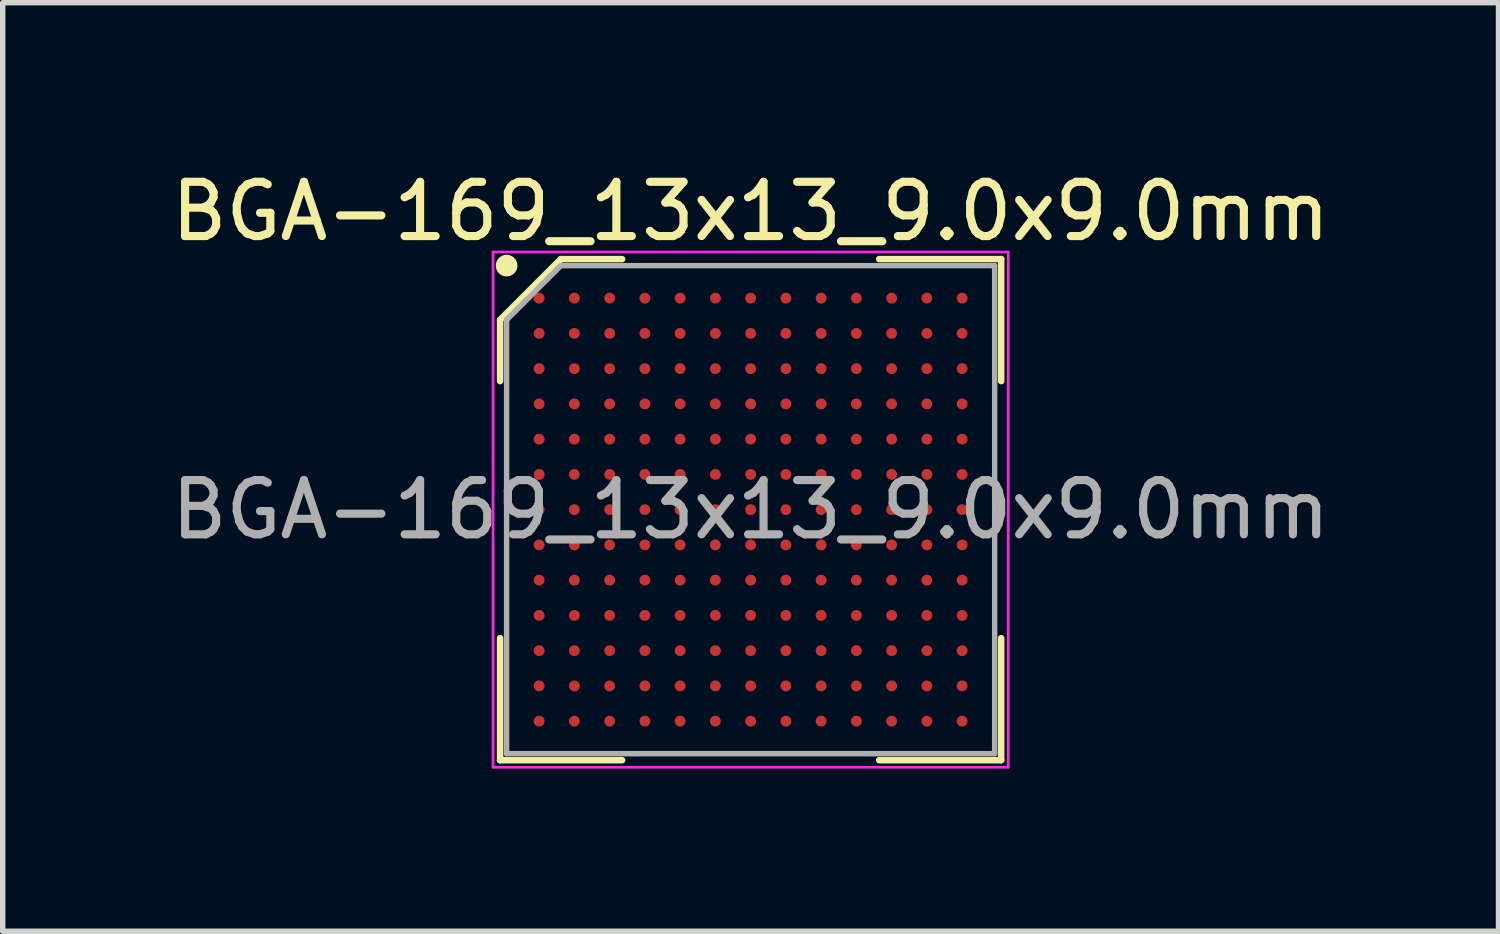
<source format=kicad_pcb>
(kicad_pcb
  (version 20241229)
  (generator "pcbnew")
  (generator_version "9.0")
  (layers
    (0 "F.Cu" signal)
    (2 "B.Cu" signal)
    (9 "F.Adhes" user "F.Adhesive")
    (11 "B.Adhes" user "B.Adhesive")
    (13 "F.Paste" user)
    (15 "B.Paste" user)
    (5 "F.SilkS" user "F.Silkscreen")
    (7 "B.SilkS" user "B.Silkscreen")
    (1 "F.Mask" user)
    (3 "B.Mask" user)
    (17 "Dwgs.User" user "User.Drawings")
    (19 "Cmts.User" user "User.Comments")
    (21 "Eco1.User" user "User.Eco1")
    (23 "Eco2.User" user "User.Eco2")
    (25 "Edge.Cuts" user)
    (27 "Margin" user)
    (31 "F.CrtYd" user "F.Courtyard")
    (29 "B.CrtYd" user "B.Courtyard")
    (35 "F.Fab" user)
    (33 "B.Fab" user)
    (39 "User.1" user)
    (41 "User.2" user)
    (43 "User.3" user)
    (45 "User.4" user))
  (footprint "BGA-169_13x13_9.0x9.0mm"
    (layer "F.Cu")
    (at 10.792 6.348)
    (property "Reference" "BGA-169_13x13_9.0x9.0mm" (at 0 -5.5 0) (unlocked yes) (layer "F.SilkS") (effects (font (size 1 1) (thickness 0.15))))
    (attr smd)
    (fp_line (start -4.62 -3.5) (end -4.62 -2.37) (stroke (width 0.12) (type default)) (layer "F.SilkS"))
    (fp_line (start -4.62 4.62) (end -4.62 2.37) (stroke (width 0.12) (type default)) (layer "F.SilkS"))
    (fp_line (start -3.5 -4.62) (end -4.62 -3.5) (stroke (width 0.12) (type default)) (layer "F.SilkS"))
    (fp_line (start -2.37 -4.62) (end -3.5 -4.62) (stroke (width 0.12) (type default)) (layer "F.SilkS"))
    (fp_line (start -2.37 4.62) (end -4.62 4.62) (stroke (width 0.12) (type default)) (layer "F.SilkS"))
    (fp_line (start 2.37 -4.62) (end 4.62 -4.62) (stroke (width 0.12) (type default)) (layer "F.SilkS"))
    (fp_line (start 2.37 4.62) (end 4.62 4.62) (stroke (width 0.12) (type default)) (layer "F.SilkS"))
    (fp_line (start 4.62 -4.62) (end 4.62 -2.37) (stroke (width 0.12) (type default)) (layer "F.SilkS"))
    (fp_line (start 4.62 4.62) (end 4.62 2.37) (stroke (width 0.12) (type default)) (layer "F.SilkS"))
    (fp_circle (center -4.5 -4.5) (end -4.5 -4.4) (stroke (width 0.2) (type default)) (fill no) (layer "F.SilkS"))
    (fp_line (start -4.75 -4.75) (end 4.75 -4.75) (stroke (width 0.05) (type default)) (layer "F.CrtYd"))
    (fp_line (start -4.75 4.75) (end -4.75 -4.75) (stroke (width 0.05) (type default)) (layer "F.CrtYd"))
    (fp_line (start 4.75 -4.75) (end 4.75 4.75) (stroke (width 0.05) (type default)) (layer "F.CrtYd"))
    (fp_line (start 4.75 4.75) (end -4.75 4.75) (stroke (width 0.05) (type default)) (layer "F.CrtYd"))
    (fp_line (start -4.5 -3.5) (end -4.5 4.5) (stroke (width 0.1) (type default)) (layer "F.Fab"))
    (fp_line (start -4.5 4.5) (end 4.5 4.5) (stroke (width 0.1) (type default)) (layer "F.Fab"))
    (fp_line (start -3.5 -4.5) (end -4.5 -3.5) (stroke (width 0.1) (type default)) (layer "F.Fab"))
    (fp_line (start 4.5 -4.5) (end -3.5 -4.5) (stroke (width 0.1) (type default)) (layer "F.Fab"))
    (fp_line (start 4.5 4.5) (end 4.5 -4.5) (stroke (width 0.1) (type default)) (layer "F.Fab"))
    (fp_text user "${REFERENCE}" (at 0 0 0) (layer "F.Fab") (effects (font (size 1 1) (thickness 0.15))))
    (pad "A1" smd circle (at -3.9 -3.9) (size 0.2 0.2) (layers "F.Cu" "F.Mask" "F.Paste"))
    (pad "A2" smd circle (at -3.25 -3.9) (size 0.2 0.2) (layers "F.Cu" "F.Mask" "F.Paste"))
    (pad "A3" smd circle (at -2.6 -3.9) (size 0.2 0.2) (layers "F.Cu" "F.Mask" "F.Paste"))
    (pad "A4" smd circle (at -1.95 -3.9) (size 0.2 0.2) (layers "F.Cu" "F.Mask" "F.Paste"))
    (pad "A5" smd circle (at -1.3 -3.9) (size 0.2 0.2) (layers "F.Cu" "F.Mask" "F.Paste"))
    (pad "A6" smd circle (at -0.65 -3.9) (size 0.2 0.2) (layers "F.Cu" "F.Mask" "F.Paste"))
    (pad "A7" smd circle (at 0 -3.9) (size 0.2 0.2) (layers "F.Cu" "F.Mask" "F.Paste"))
    (pad "A8" smd circle (at 0.65 -3.9) (size 0.2 0.2) (layers "F.Cu" "F.Mask" "F.Paste"))
    (pad "A9" smd circle (at 1.3 -3.9) (size 0.2 0.2) (layers "F.Cu" "F.Mask" "F.Paste"))
    (pad "A10" smd circle (at 1.95 -3.9) (size 0.2 0.2) (layers "F.Cu" "F.Mask" "F.Paste"))
    (pad "A11" smd circle (at 2.6 -3.9) (size 0.2 0.2) (layers "F.Cu" "F.Mask" "F.Paste"))
    (pad "A12" smd circle (at 3.25 -3.9) (size 0.2 0.2) (layers "F.Cu" "F.Mask" "F.Paste"))
    (pad "A13" smd circle (at 3.9 -3.9) (size 0.2 0.2) (layers "F.Cu" "F.Mask" "F.Paste"))
    (pad "B1" smd circle (at -3.9 -3.25) (size 0.2 0.2) (layers "F.Cu" "F.Mask" "F.Paste"))
    (pad "B2" smd circle (at -3.25 -3.25) (size 0.2 0.2) (layers "F.Cu" "F.Mask" "F.Paste"))
    (pad "B3" smd circle (at -2.6 -3.25) (size 0.2 0.2) (layers "F.Cu" "F.Mask" "F.Paste"))
    (pad "B4" smd circle (at -1.95 -3.25) (size 0.2 0.2) (layers "F.Cu" "F.Mask" "F.Paste"))
    (pad "B5" smd circle (at -1.3 -3.25) (size 0.2 0.2) (layers "F.Cu" "F.Mask" "F.Paste"))
    (pad "B6" smd circle (at -0.65 -3.25) (size 0.2 0.2) (layers "F.Cu" "F.Mask" "F.Paste"))
    (pad "B7" smd circle (at 0 -3.25) (size 0.2 0.2) (layers "F.Cu" "F.Mask" "F.Paste"))
    (pad "B8" smd circle (at 0.65 -3.25) (size 0.2 0.2) (layers "F.Cu" "F.Mask" "F.Paste"))
    (pad "B9" smd circle (at 1.3 -3.25) (size 0.2 0.2) (layers "F.Cu" "F.Mask" "F.Paste"))
    (pad "B10" smd circle (at 1.95 -3.25) (size 0.2 0.2) (layers "F.Cu" "F.Mask" "F.Paste"))
    (pad "B11" smd circle (at 2.6 -3.25) (size 0.2 0.2) (layers "F.Cu" "F.Mask" "F.Paste"))
    (pad "B12" smd circle (at 3.25 -3.25) (size 0.2 0.2) (layers "F.Cu" "F.Mask" "F.Paste"))
    (pad "B13" smd circle (at 3.9 -3.25) (size 0.2 0.2) (layers "F.Cu" "F.Mask" "F.Paste"))
    (pad "C1" smd circle (at -3.9 -2.6) (size 0.2 0.2) (layers "F.Cu" "F.Mask" "F.Paste"))
    (pad "C2" smd circle (at -3.25 -2.6) (size 0.2 0.2) (layers "F.Cu" "F.Mask" "F.Paste"))
    (pad "C3" smd circle (at -2.6 -2.6) (size 0.2 0.2) (layers "F.Cu" "F.Mask" "F.Paste"))
    (pad "C4" smd circle (at -1.95 -2.6) (size 0.2 0.2) (layers "F.Cu" "F.Mask" "F.Paste"))
    (pad "C5" smd circle (at -1.3 -2.6) (size 0.2 0.2) (layers "F.Cu" "F.Mask" "F.Paste"))
    (pad "C6" smd circle (at -0.65 -2.6) (size 0.2 0.2) (layers "F.Cu" "F.Mask" "F.Paste"))
    (pad "C7" smd circle (at 0 -2.6) (size 0.2 0.2) (layers "F.Cu" "F.Mask" "F.Paste"))
    (pad "C8" smd circle (at 0.65 -2.6) (size 0.2 0.2) (layers "F.Cu" "F.Mask" "F.Paste"))
    (pad "C9" smd circle (at 1.3 -2.6) (size 0.2 0.2) (layers "F.Cu" "F.Mask" "F.Paste"))
    (pad "C10" smd circle (at 1.95 -2.6) (size 0.2 0.2) (layers "F.Cu" "F.Mask" "F.Paste"))
    (pad "C11" smd circle (at 2.6 -2.6) (size 0.2 0.2) (layers "F.Cu" "F.Mask" "F.Paste"))
    (pad "C12" smd circle (at 3.25 -2.6) (size 0.2 0.2) (layers "F.Cu" "F.Mask" "F.Paste"))
    (pad "C13" smd circle (at 3.9 -2.6) (size 0.2 0.2) (layers "F.Cu" "F.Mask" "F.Paste"))
    (pad "D1" smd circle (at -3.9 -1.95) (size 0.2 0.2) (layers "F.Cu" "F.Mask" "F.Paste"))
    (pad "D2" smd circle (at -3.25 -1.95) (size 0.2 0.2) (layers "F.Cu" "F.Mask" "F.Paste"))
    (pad "D3" smd circle (at -2.6 -1.95) (size 0.2 0.2) (layers "F.Cu" "F.Mask" "F.Paste"))
    (pad "D4" smd circle (at -1.95 -1.95) (size 0.2 0.2) (layers "F.Cu" "F.Mask" "F.Paste"))
    (pad "D5" smd circle (at -1.3 -1.95) (size 0.2 0.2) (layers "F.Cu" "F.Mask" "F.Paste"))
    (pad "D6" smd circle (at -0.65 -1.95) (size 0.2 0.2) (layers "F.Cu" "F.Mask" "F.Paste"))
    (pad "D7" smd circle (at 0 -1.95) (size 0.2 0.2) (layers "F.Cu" "F.Mask" "F.Paste"))
    (pad "D8" smd circle (at 0.65 -1.95) (size 0.2 0.2) (layers "F.Cu" "F.Mask" "F.Paste"))
    (pad "D9" smd circle (at 1.3 -1.95) (size 0.2 0.2) (layers "F.Cu" "F.Mask" "F.Paste"))
    (pad "D10" smd circle (at 1.95 -1.95) (size 0.2 0.2) (layers "F.Cu" "F.Mask" "F.Paste"))
    (pad "D11" smd circle (at 2.6 -1.95) (size 0.2 0.2) (layers "F.Cu" "F.Mask" "F.Paste"))
    (pad "D12" smd circle (at 3.25 -1.95) (size 0.2 0.2) (layers "F.Cu" "F.Mask" "F.Paste"))
    (pad "D13" smd circle (at 3.9 -1.95) (size 0.2 0.2) (layers "F.Cu" "F.Mask" "F.Paste"))
    (pad "E1" smd circle (at -3.9 -1.3) (size 0.2 0.2) (layers "F.Cu" "F.Mask" "F.Paste"))
    (pad "E2" smd circle (at -3.25 -1.3) (size 0.2 0.2) (layers "F.Cu" "F.Mask" "F.Paste"))
    (pad "E3" smd circle (at -2.6 -1.3) (size 0.2 0.2) (layers "F.Cu" "F.Mask" "F.Paste"))
    (pad "E4" smd circle (at -1.95 -1.3) (size 0.2 0.2) (layers "F.Cu" "F.Mask" "F.Paste"))
    (pad "E5" smd circle (at -1.3 -1.3) (size 0.2 0.2) (layers "F.Cu" "F.Mask" "F.Paste"))
    (pad "E6" smd circle (at -0.65 -1.3) (size 0.2 0.2) (layers "F.Cu" "F.Mask" "F.Paste"))
    (pad "E7" smd circle (at 0 -1.3) (size 0.2 0.2) (layers "F.Cu" "F.Mask" "F.Paste"))
    (pad "E8" smd circle (at 0.65 -1.3) (size 0.2 0.2) (layers "F.Cu" "F.Mask" "F.Paste"))
    (pad "E9" smd circle (at 1.3 -1.3) (size 0.2 0.2) (layers "F.Cu" "F.Mask" "F.Paste"))
    (pad "E10" smd circle (at 1.95 -1.3) (size 0.2 0.2) (layers "F.Cu" "F.Mask" "F.Paste"))
    (pad "E11" smd circle (at 2.6 -1.3) (size 0.2 0.2) (layers "F.Cu" "F.Mask" "F.Paste"))
    (pad "E12" smd circle (at 3.25 -1.3) (size 0.2 0.2) (layers "F.Cu" "F.Mask" "F.Paste"))
    (pad "E13" smd circle (at 3.9 -1.3) (size 0.2 0.2) (layers "F.Cu" "F.Mask" "F.Paste"))
    (pad "F1" smd circle (at -3.9 -0.65) (size 0.2 0.2) (layers "F.Cu" "F.Mask" "F.Paste"))
    (pad "F2" smd circle (at -3.25 -0.65) (size 0.2 0.2) (layers "F.Cu" "F.Mask" "F.Paste"))
    (pad "F3" smd circle (at -2.6 -0.65) (size 0.2 0.2) (layers "F.Cu" "F.Mask" "F.Paste"))
    (pad "F4" smd circle (at -1.95 -0.65) (size 0.2 0.2) (layers "F.Cu" "F.Mask" "F.Paste"))
    (pad "F5" smd circle (at -1.3 -0.65) (size 0.2 0.2) (layers "F.Cu" "F.Mask" "F.Paste"))
    (pad "F6" smd circle (at -0.65 -0.65) (size 0.2 0.2) (layers "F.Cu" "F.Mask" "F.Paste"))
    (pad "F7" smd circle (at 0 -0.65) (size 0.2 0.2) (layers "F.Cu" "F.Mask" "F.Paste"))
    (pad "F8" smd circle (at 0.65 -0.65) (size 0.2 0.2) (layers "F.Cu" "F.Mask" "F.Paste"))
    (pad "F9" smd circle (at 1.3 -0.65) (size 0.2 0.2) (layers "F.Cu" "F.Mask" "F.Paste"))
    (pad "F10" smd circle (at 1.95 -0.65) (size 0.2 0.2) (layers "F.Cu" "F.Mask" "F.Paste"))
    (pad "F11" smd circle (at 2.6 -0.65) (size 0.2 0.2) (layers "F.Cu" "F.Mask" "F.Paste"))
    (pad "F12" smd circle (at 3.25 -0.65) (size 0.2 0.2) (layers "F.Cu" "F.Mask" "F.Paste"))
    (pad "F13" smd circle (at 3.9 -0.65) (size 0.2 0.2) (layers "F.Cu" "F.Mask" "F.Paste"))
    (pad "G1" smd circle (at -3.9 0) (size 0.2 0.2) (layers "F.Cu" "F.Mask" "F.Paste"))
    (pad "G2" smd circle (at -3.25 0) (size 0.2 0.2) (layers "F.Cu" "F.Mask" "F.Paste"))
    (pad "G3" smd circle (at -2.6 0) (size 0.2 0.2) (layers "F.Cu" "F.Mask" "F.Paste"))
    (pad "G4" smd circle (at -1.95 0) (size 0.2 0.2) (layers "F.Cu" "F.Mask" "F.Paste"))
    (pad "G5" smd circle (at -1.3 0) (size 0.2 0.2) (layers "F.Cu" "F.Mask" "F.Paste"))
    (pad "G6" smd circle (at -0.65 0) (size 0.2 0.2) (layers "F.Cu" "F.Mask" "F.Paste"))
    (pad "G7" smd circle (at 0 0) (size 0.2 0.2) (layers "F.Cu" "F.Mask" "F.Paste"))
    (pad "G8" smd circle (at 0.65 0) (size 0.2 0.2) (layers "F.Cu" "F.Mask" "F.Paste"))
    (pad "G9" smd circle (at 1.3 0) (size 0.2 0.2) (layers "F.Cu" "F.Mask" "F.Paste"))
    (pad "G10" smd circle (at 1.95 0) (size 0.2 0.2) (layers "F.Cu" "F.Mask" "F.Paste"))
    (pad "G11" smd circle (at 2.6 0) (size 0.2 0.2) (layers "F.Cu" "F.Mask" "F.Paste"))
    (pad "G12" smd circle (at 3.25 0) (size 0.2 0.2) (layers "F.Cu" "F.Mask" "F.Paste"))
    (pad "G13" smd circle (at 3.9 0) (size 0.2 0.2) (layers "F.Cu" "F.Mask" "F.Paste"))
    (pad "H1" smd circle (at -3.9 0.65) (size 0.2 0.2) (layers "F.Cu" "F.Mask" "F.Paste"))
    (pad "H2" smd circle (at -3.25 0.65) (size 0.2 0.2) (layers "F.Cu" "F.Mask" "F.Paste"))
    (pad "H3" smd circle (at -2.6 0.65) (size 0.2 0.2) (layers "F.Cu" "F.Mask" "F.Paste"))
    (pad "H4" smd circle (at -1.95 0.65) (size 0.2 0.2) (layers "F.Cu" "F.Mask" "F.Paste"))
    (pad "H5" smd circle (at -1.3 0.65) (size 0.2 0.2) (layers "F.Cu" "F.Mask" "F.Paste"))
    (pad "H6" smd circle (at -0.65 0.65) (size 0.2 0.2) (layers "F.Cu" "F.Mask" "F.Paste"))
    (pad "H7" smd circle (at 0 0.65) (size 0.2 0.2) (layers "F.Cu" "F.Mask" "F.Paste"))
    (pad "H8" smd circle (at 0.65 0.65) (size 0.2 0.2) (layers "F.Cu" "F.Mask" "F.Paste"))
    (pad "H9" smd circle (at 1.3 0.65) (size 0.2 0.2) (layers "F.Cu" "F.Mask" "F.Paste"))
    (pad "H10" smd circle (at 1.95 0.65) (size 0.2 0.2) (layers "F.Cu" "F.Mask" "F.Paste"))
    (pad "H11" smd circle (at 2.6 0.65) (size 0.2 0.2) (layers "F.Cu" "F.Mask" "F.Paste"))
    (pad "H12" smd circle (at 3.25 0.65) (size 0.2 0.2) (layers "F.Cu" "F.Mask" "F.Paste"))
    (pad "H13" smd circle (at 3.9 0.65) (size 0.2 0.2) (layers "F.Cu" "F.Mask" "F.Paste"))
    (pad "J1" smd circle (at -3.9 1.3) (size 0.2 0.2) (layers "F.Cu" "F.Mask" "F.Paste"))
    (pad "J2" smd circle (at -3.25 1.3) (size 0.2 0.2) (layers "F.Cu" "F.Mask" "F.Paste"))
    (pad "J3" smd circle (at -2.6 1.3) (size 0.2 0.2) (layers "F.Cu" "F.Mask" "F.Paste"))
    (pad "J4" smd circle (at -1.95 1.3) (size 0.2 0.2) (layers "F.Cu" "F.Mask" "F.Paste"))
    (pad "J5" smd circle (at -1.3 1.3) (size 0.2 0.2) (layers "F.Cu" "F.Mask" "F.Paste"))
    (pad "J6" smd circle (at -0.65 1.3) (size 0.2 0.2) (layers "F.Cu" "F.Mask" "F.Paste"))
    (pad "J7" smd circle (at 0 1.3) (size 0.2 0.2) (layers "F.Cu" "F.Mask" "F.Paste"))
    (pad "J8" smd circle (at 0.65 1.3) (size 0.2 0.2) (layers "F.Cu" "F.Mask" "F.Paste"))
    (pad "J9" smd circle (at 1.3 1.3) (size 0.2 0.2) (layers "F.Cu" "F.Mask" "F.Paste"))
    (pad "J10" smd circle (at 1.95 1.3) (size 0.2 0.2) (layers "F.Cu" "F.Mask" "F.Paste"))
    (pad "J11" smd circle (at 2.6 1.3) (size 0.2 0.2) (layers "F.Cu" "F.Mask" "F.Paste"))
    (pad "J12" smd circle (at 3.25 1.3) (size 0.2 0.2) (layers "F.Cu" "F.Mask" "F.Paste"))
    (pad "J13" smd circle (at 3.9 1.3) (size 0.2 0.2) (layers "F.Cu" "F.Mask" "F.Paste"))
    (pad "K1" smd circle (at -3.9 1.95) (size 0.2 0.2) (layers "F.Cu" "F.Mask" "F.Paste"))
    (pad "K2" smd circle (at -3.25 1.95) (size 0.2 0.2) (layers "F.Cu" "F.Mask" "F.Paste"))
    (pad "K3" smd circle (at -2.6 1.95) (size 0.2 0.2) (layers "F.Cu" "F.Mask" "F.Paste"))
    (pad "K4" smd circle (at -1.95 1.95) (size 0.2 0.2) (layers "F.Cu" "F.Mask" "F.Paste"))
    (pad "K5" smd circle (at -1.3 1.95) (size 0.2 0.2) (layers "F.Cu" "F.Mask" "F.Paste"))
    (pad "K6" smd circle (at -0.65 1.95) (size 0.2 0.2) (layers "F.Cu" "F.Mask" "F.Paste"))
    (pad "K7" smd circle (at 0 1.95) (size 0.2 0.2) (layers "F.Cu" "F.Mask" "F.Paste"))
    (pad "K8" smd circle (at 0.65 1.95) (size 0.2 0.2) (layers "F.Cu" "F.Mask" "F.Paste"))
    (pad "K9" smd circle (at 1.3 1.95) (size 0.2 0.2) (layers "F.Cu" "F.Mask" "F.Paste"))
    (pad "K10" smd circle (at 1.95 1.95) (size 0.2 0.2) (layers "F.Cu" "F.Mask" "F.Paste"))
    (pad "K11" smd circle (at 2.6 1.95) (size 0.2 0.2) (layers "F.Cu" "F.Mask" "F.Paste"))
    (pad "K12" smd circle (at 3.25 1.95) (size 0.2 0.2) (layers "F.Cu" "F.Mask" "F.Paste"))
    (pad "K13" smd circle (at 3.9 1.95) (size 0.2 0.2) (layers "F.Cu" "F.Mask" "F.Paste"))
    (pad "L1" smd circle (at -3.9 2.6) (size 0.2 0.2) (layers "F.Cu" "F.Mask" "F.Paste"))
    (pad "L2" smd circle (at -3.25 2.6) (size 0.2 0.2) (layers "F.Cu" "F.Mask" "F.Paste"))
    (pad "L3" smd circle (at -2.6 2.6) (size 0.2 0.2) (layers "F.Cu" "F.Mask" "F.Paste"))
    (pad "L4" smd circle (at -1.95 2.6) (size 0.2 0.2) (layers "F.Cu" "F.Mask" "F.Paste"))
    (pad "L5" smd circle (at -1.3 2.6) (size 0.2 0.2) (layers "F.Cu" "F.Mask" "F.Paste"))
    (pad "L6" smd circle (at -0.65 2.6) (size 0.2 0.2) (layers "F.Cu" "F.Mask" "F.Paste"))
    (pad "L7" smd circle (at 0 2.6) (size 0.2 0.2) (layers "F.Cu" "F.Mask" "F.Paste"))
    (pad "L8" smd circle (at 0.65 2.6) (size 0.2 0.2) (layers "F.Cu" "F.Mask" "F.Paste"))
    (pad "L9" smd circle (at 1.3 2.6) (size 0.2 0.2) (layers "F.Cu" "F.Mask" "F.Paste"))
    (pad "L10" smd circle (at 1.95 2.6) (size 0.2 0.2) (layers "F.Cu" "F.Mask" "F.Paste"))
    (pad "L11" smd circle (at 2.6 2.6) (size 0.2 0.2) (layers "F.Cu" "F.Mask" "F.Paste"))
    (pad "L12" smd circle (at 3.25 2.6) (size 0.2 0.2) (layers "F.Cu" "F.Mask" "F.Paste"))
    (pad "L13" smd circle (at 3.9 2.6) (size 0.2 0.2) (layers "F.Cu" "F.Mask" "F.Paste"))
    (pad "M1" smd circle (at -3.9 3.25) (size 0.2 0.2) (layers "F.Cu" "F.Mask" "F.Paste"))
    (pad "M2" smd circle (at -3.25 3.25) (size 0.2 0.2) (layers "F.Cu" "F.Mask" "F.Paste"))
    (pad "M3" smd circle (at -2.6 3.25) (size 0.2 0.2) (layers "F.Cu" "F.Mask" "F.Paste"))
    (pad "M4" smd circle (at -1.95 3.25) (size 0.2 0.2) (layers "F.Cu" "F.Mask" "F.Paste"))
    (pad "M5" smd circle (at -1.3 3.25) (size 0.2 0.2) (layers "F.Cu" "F.Mask" "F.Paste"))
    (pad "M6" smd circle (at -0.65 3.25) (size 0.2 0.2) (layers "F.Cu" "F.Mask" "F.Paste"))
    (pad "M7" smd circle (at 0 3.25) (size 0.2 0.2) (layers "F.Cu" "F.Mask" "F.Paste"))
    (pad "M8" smd circle (at 0.65 3.25) (size 0.2 0.2) (layers "F.Cu" "F.Mask" "F.Paste"))
    (pad "M9" smd circle (at 1.3 3.25) (size 0.2 0.2) (layers "F.Cu" "F.Mask" "F.Paste"))
    (pad "M10" smd circle (at 1.95 3.25) (size 0.2 0.2) (layers "F.Cu" "F.Mask" "F.Paste"))
    (pad "M11" smd circle (at 2.6 3.25) (size 0.2 0.2) (layers "F.Cu" "F.Mask" "F.Paste"))
    (pad "M12" smd circle (at 3.25 3.25) (size 0.2 0.2) (layers "F.Cu" "F.Mask" "F.Paste"))
    (pad "M13" smd circle (at 3.9 3.25) (size 0.2 0.2) (layers "F.Cu" "F.Mask" "F.Paste"))
    (pad "N1" smd circle (at -3.9 3.9) (size 0.2 0.2) (layers "F.Cu" "F.Mask" "F.Paste"))
    (pad "N2" smd circle (at -3.25 3.9) (size 0.2 0.2) (layers "F.Cu" "F.Mask" "F.Paste"))
    (pad "N3" smd circle (at -2.6 3.9) (size 0.2 0.2) (layers "F.Cu" "F.Mask" "F.Paste"))
    (pad "N4" smd circle (at -1.95 3.9) (size 0.2 0.2) (layers "F.Cu" "F.Mask" "F.Paste"))
    (pad "N5" smd circle (at -1.3 3.9) (size 0.2 0.2) (layers "F.Cu" "F.Mask" "F.Paste"))
    (pad "N6" smd circle (at -0.65 3.9) (size 0.2 0.2) (layers "F.Cu" "F.Mask" "F.Paste"))
    (pad "N7" smd circle (at 0 3.9) (size 0.2 0.2) (layers "F.Cu" "F.Mask" "F.Paste"))
    (pad "N8" smd circle (at 0.65 3.9) (size 0.2 0.2) (layers "F.Cu" "F.Mask" "F.Paste"))
    (pad "N9" smd circle (at 1.3 3.9) (size 0.2 0.2) (layers "F.Cu" "F.Mask" "F.Paste"))
    (pad "N10" smd circle (at 1.95 3.9) (size 0.2 0.2) (layers "F.Cu" "F.Mask" "F.Paste"))
    (pad "N11" smd circle (at 2.6 3.9) (size 0.2 0.2) (layers "F.Cu" "F.Mask" "F.Paste"))
    (pad "N12" smd circle (at 3.25 3.9) (size 0.2 0.2) (layers "F.Cu" "F.Mask" "F.Paste"))
    (pad "N13" smd circle (at 3.9 3.9) (size 0.2 0.2) (layers "F.Cu" "F.Mask" "F.Paste")))
  (gr_rect
    (start -3 -3)
    (end 24.583 14.123)
    (stroke (width 0.1) (type default))
    (fill no)
    (layer "Edge.Cuts")))
</source>
